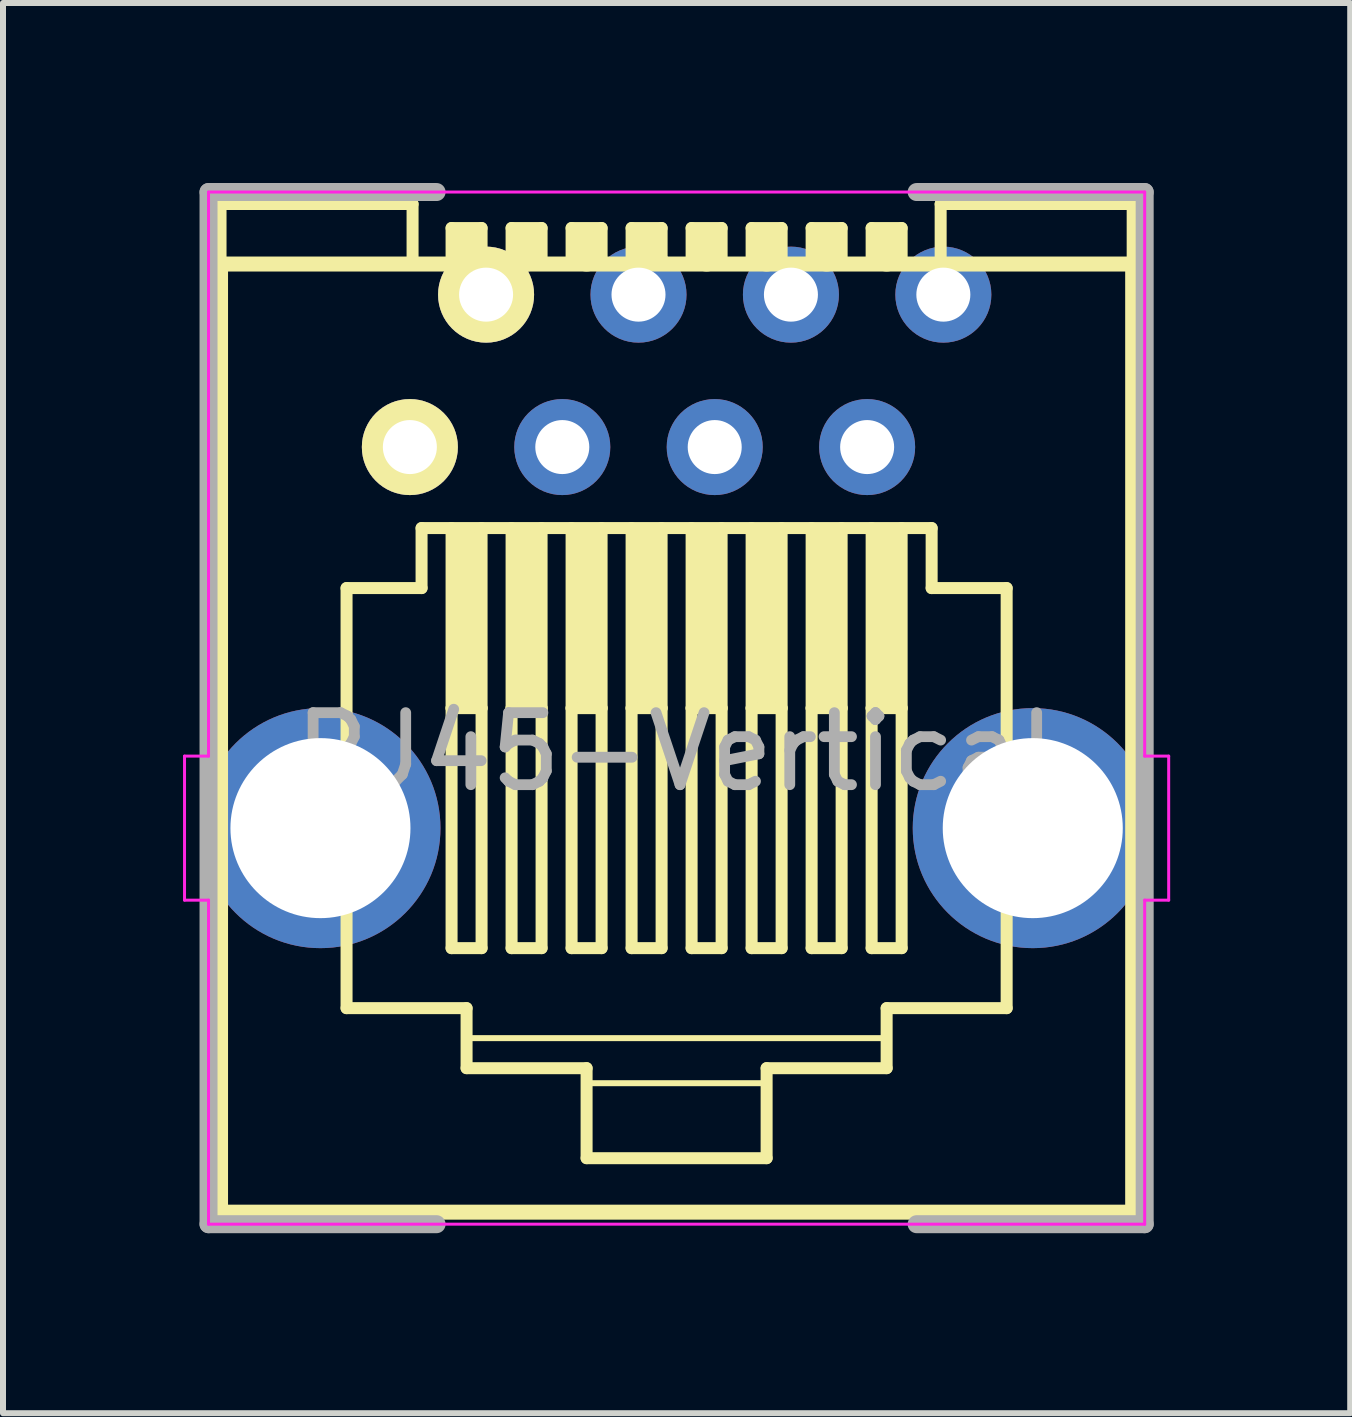
<source format=kicad_pcb>
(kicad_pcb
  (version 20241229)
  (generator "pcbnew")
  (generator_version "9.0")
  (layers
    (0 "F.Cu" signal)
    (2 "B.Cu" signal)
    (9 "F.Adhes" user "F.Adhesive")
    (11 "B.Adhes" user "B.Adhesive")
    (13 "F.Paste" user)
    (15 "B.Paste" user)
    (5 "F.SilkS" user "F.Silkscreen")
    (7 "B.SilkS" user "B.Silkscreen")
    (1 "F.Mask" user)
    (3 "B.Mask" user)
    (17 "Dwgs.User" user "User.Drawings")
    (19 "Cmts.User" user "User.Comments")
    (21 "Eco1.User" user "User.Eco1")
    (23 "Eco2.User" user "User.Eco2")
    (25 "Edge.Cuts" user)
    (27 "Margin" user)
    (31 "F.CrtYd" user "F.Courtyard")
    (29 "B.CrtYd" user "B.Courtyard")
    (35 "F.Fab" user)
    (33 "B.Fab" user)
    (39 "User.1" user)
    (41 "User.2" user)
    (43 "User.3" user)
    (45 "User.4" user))
  (footprint "RJ45-Vertical"
    (layer "F.Cu")
    (at 8.225 10.75)
    (property "Reference" "RJ45-Vertical" (at 0 -1.27 0) (layer "F.Fab") (effects (font (size 1.2 1.2) (thickness 0.18))))
    (attr through_hole)
    (fp_line (start -7.6 -9.4) (end -7.6 -10.4) (stroke (width 0.2) (type solid)) (layer "F.SilkS"))
    (fp_line (start -7.6 -9.4) (end 7.6 -9.4) (stroke (width 0.25) (type solid)) (layer "F.SilkS"))
    (fp_line (start -7.6 6.4) (end -7.6 -9.4) (stroke (width 0.25) (type solid)) (layer "F.SilkS"))
    (fp_line (start -7.6 6.4) (end 7.6 6.4) (stroke (width 0.25) (type solid)) (layer "F.SilkS"))
    (fp_line (start -5.5 -4) (end -4.25 -4) (stroke (width 0.2) (type solid)) (layer "F.SilkS"))
    (fp_line (start -5.5 3) (end -5.5 -4) (stroke (width 0.2) (type solid)) (layer "F.SilkS"))
    (fp_line (start -4.4 -10.4) (end -7.6 -10.4) (stroke (width 0.2) (type solid)) (layer "F.SilkS"))
    (fp_line (start -4.4 -9.4) (end -4.4 -10.4) (stroke (width 0.2) (type solid)) (layer "F.SilkS"))
    (fp_line (start -4.25 -5) (end 4.25 -5) (stroke (width 0.2) (type solid)) (layer "F.SilkS"))
    (fp_line (start -4.25 -4) (end -4.25 -5) (stroke (width 0.2) (type solid)) (layer "F.SilkS"))
    (fp_line (start -3.75 -10) (end -3.25 -10) (stroke (width 0.2) (type solid)) (layer "F.SilkS"))
    (fp_line (start -3.75 -9.5) (end -3.75 -10) (stroke (width 0.2) (type solid)) (layer "F.SilkS"))
    (fp_line (start -3.75 -9.4) (end -3.25 -9.4) (stroke (width 0.2) (type solid)) (layer "F.SilkS"))
    (fp_line (start -3.75 -5) (end -3.75 -2) (stroke (width 0.2) (type solid)) (layer "F.SilkS"))
    (fp_line (start -3.75 -2) (end -3.75 2) (stroke (width 0.2) (type solid)) (layer "F.SilkS"))
    (fp_line (start -3.75 -2) (end -3.25 -2) (stroke (width 0.2) (type solid)) (layer "F.SilkS"))
    (fp_line (start -3.75 2) (end -3.25 2) (stroke (width 0.2) (type solid)) (layer "F.SilkS"))
    (fp_line (start -3.5 -9.75) (end -3.5 -9.5) (stroke (width 0.45) (type solid)) (layer "F.SilkS"))
    (fp_line (start -3.5 -4.75) (end -3.5 -2.25) (stroke (width 0.45) (type solid)) (layer "F.SilkS"))
    (fp_line (start -3.5 3) (end -5.5 3) (stroke (width 0.2) (type solid)) (layer "F.SilkS"))
    (fp_line (start -3.5 3.5) (end 3.5 3.5) (stroke (width 0.1) (type solid)) (layer "F.SilkS"))
    (fp_line (start -3.5 4) (end -3.5 3) (stroke (width 0.2) (type solid)) (layer "F.SilkS"))
    (fp_line (start -3.25 -10) (end -3.25 -9.5) (stroke (width 0.2) (type solid)) (layer "F.SilkS"))
    (fp_line (start -3.25 -2) (end -3.25 -5) (stroke (width 0.2) (type solid)) (layer "F.SilkS"))
    (fp_line (start -3.25 2) (end -3.25 -2) (stroke (width 0.2) (type solid)) (layer "F.SilkS"))
    (fp_line (start -2.75 -10) (end -2.25 -10) (stroke (width 0.2) (type solid)) (layer "F.SilkS"))
    (fp_line (start -2.75 -9.5) (end -2.75 -10) (stroke (width 0.2) (type solid)) (layer "F.SilkS"))
    (fp_line (start -2.75 -9.4) (end -2.25 -9.4) (stroke (width 0.2) (type solid)) (layer "F.SilkS"))
    (fp_line (start -2.75 -5) (end -2.75 -2) (stroke (width 0.2) (type solid)) (layer "F.SilkS"))
    (fp_line (start -2.75 -2) (end -2.75 2) (stroke (width 0.2) (type solid)) (layer "F.SilkS"))
    (fp_line (start -2.75 -2) (end -2.25 -2) (stroke (width 0.2) (type solid)) (layer "F.SilkS"))
    (fp_line (start -2.75 2) (end -2.25 2) (stroke (width 0.2) (type solid)) (layer "F.SilkS"))
    (fp_line (start -2.5 -9.75) (end -2.5 -9.5) (stroke (width 0.45) (type solid)) (layer "F.SilkS"))
    (fp_line (start -2.5 -4.75) (end -2.5 -2.25) (stroke (width 0.45) (type solid)) (layer "F.SilkS"))
    (fp_line (start -2.25 -10) (end -2.25 -9.5) (stroke (width 0.2) (type solid)) (layer "F.SilkS"))
    (fp_line (start -2.25 -2) (end -2.25 -5) (stroke (width 0.2) (type solid)) (layer "F.SilkS"))
    (fp_line (start -2.25 2) (end -2.25 -2) (stroke (width 0.2) (type solid)) (layer "F.SilkS"))
    (fp_line (start -1.75 -10) (end -1.25 -10) (stroke (width 0.2) (type solid)) (layer "F.SilkS"))
    (fp_line (start -1.75 -9.5) (end -1.75 -10) (stroke (width 0.2) (type solid)) (layer "F.SilkS"))
    (fp_line (start -1.75 -9.4) (end -1.25 -9.4) (stroke (width 0.2) (type solid)) (layer "F.SilkS"))
    (fp_line (start -1.75 -5) (end -1.75 -2) (stroke (width 0.2) (type solid)) (layer "F.SilkS"))
    (fp_line (start -1.75 -2) (end -1.75 2) (stroke (width 0.2) (type solid)) (layer "F.SilkS"))
    (fp_line (start -1.75 -2) (end -1.25 -2) (stroke (width 0.2) (type solid)) (layer "F.SilkS"))
    (fp_line (start -1.75 2) (end -1.25 2) (stroke (width 0.2) (type solid)) (layer "F.SilkS"))
    (fp_line (start -1.5 -9.75) (end -1.5 -9.5) (stroke (width 0.45) (type solid)) (layer "F.SilkS"))
    (fp_line (start -1.5 -4.75) (end -1.5 -2.25) (stroke (width 0.45) (type solid)) (layer "F.SilkS"))
    (fp_line (start -1.5 4) (end -3.5 4) (stroke (width 0.2) (type solid)) (layer "F.SilkS"))
    (fp_line (start -1.5 4.25) (end 1.5 4.25) (stroke (width 0.1) (type solid)) (layer "F.SilkS"))
    (fp_line (start -1.5 5.5) (end -1.5 4) (stroke (width 0.2) (type solid)) (layer "F.SilkS"))
    (fp_line (start -1.25 -10) (end -1.25 -9.5) (stroke (width 0.2) (type solid)) (layer "F.SilkS"))
    (fp_line (start -1.25 -2) (end -1.25 -5) (stroke (width 0.2) (type solid)) (layer "F.SilkS"))
    (fp_line (start -1.25 2) (end -1.25 -2) (stroke (width 0.2) (type solid)) (layer "F.SilkS"))
    (fp_line (start -0.75 -10) (end -0.25 -10) (stroke (width 0.2) (type solid)) (layer "F.SilkS"))
    (fp_line (start -0.75 -9.5) (end -0.75 -10) (stroke (width 0.2) (type solid)) (layer "F.SilkS"))
    (fp_line (start -0.75 -9.4) (end -0.25 -9.4) (stroke (width 0.2) (type solid)) (layer "F.SilkS"))
    (fp_line (start -0.75 -5) (end -0.75 -2) (stroke (width 0.2) (type solid)) (layer "F.SilkS"))
    (fp_line (start -0.75 -2) (end -0.75 2) (stroke (width 0.2) (type solid)) (layer "F.SilkS"))
    (fp_line (start -0.75 -2) (end -0.25 -2) (stroke (width 0.2) (type solid)) (layer "F.SilkS"))
    (fp_line (start -0.75 2) (end -0.25 2) (stroke (width 0.2) (type solid)) (layer "F.SilkS"))
    (fp_line (start -0.5 -9.75) (end -0.5 -9.5) (stroke (width 0.45) (type solid)) (layer "F.SilkS"))
    (fp_line (start -0.5 -4.75) (end -0.5 -2.25) (stroke (width 0.45) (type solid)) (layer "F.SilkS"))
    (fp_line (start -0.25 -10) (end -0.25 -9.5) (stroke (width 0.2) (type solid)) (layer "F.SilkS"))
    (fp_line (start -0.25 -2) (end -0.25 -5) (stroke (width 0.2) (type solid)) (layer "F.SilkS"))
    (fp_line (start -0.25 2) (end -0.25 -2) (stroke (width 0.2) (type solid)) (layer "F.SilkS"))
    (fp_line (start 0.25 -10) (end 0.75 -10) (stroke (width 0.2) (type solid)) (layer "F.SilkS"))
    (fp_line (start 0.25 -9.5) (end 0.25 -10) (stroke (width 0.2) (type solid)) (layer "F.SilkS"))
    (fp_line (start 0.25 -9.4) (end 0.75 -9.4) (stroke (width 0.2) (type solid)) (layer "F.SilkS"))
    (fp_line (start 0.25 -5) (end 0.25 -2) (stroke (width 0.2) (type solid)) (layer "F.SilkS"))
    (fp_line (start 0.25 -2) (end 0.25 2) (stroke (width 0.2) (type solid)) (layer "F.SilkS"))
    (fp_line (start 0.25 -2) (end 0.75 -2) (stroke (width 0.2) (type solid)) (layer "F.SilkS"))
    (fp_line (start 0.25 2) (end 0.75 2) (stroke (width 0.2) (type solid)) (layer "F.SilkS"))
    (fp_line (start 0.5 -9.75) (end 0.5 -9.5) (stroke (width 0.45) (type solid)) (layer "F.SilkS"))
    (fp_line (start 0.5 -4.75) (end 0.5 -2.25) (stroke (width 0.45) (type solid)) (layer "F.SilkS"))
    (fp_line (start 0.75 -10) (end 0.75 -9.5) (stroke (width 0.2) (type solid)) (layer "F.SilkS"))
    (fp_line (start 0.75 -2) (end 0.75 -5) (stroke (width 0.2) (type solid)) (layer "F.SilkS"))
    (fp_line (start 0.75 2) (end 0.75 -2) (stroke (width 0.2) (type solid)) (layer "F.SilkS"))
    (fp_line (start 1.25 -10) (end 1.75 -10) (stroke (width 0.2) (type solid)) (layer "F.SilkS"))
    (fp_line (start 1.25 -9.5) (end 1.25 -10) (stroke (width 0.2) (type solid)) (layer "F.SilkS"))
    (fp_line (start 1.25 -9.4) (end 1.75 -9.4) (stroke (width 0.2) (type solid)) (layer "F.SilkS"))
    (fp_line (start 1.25 -5) (end 1.25 -2) (stroke (width 0.2) (type solid)) (layer "F.SilkS"))
    (fp_line (start 1.25 -2) (end 1.25 2) (stroke (width 0.2) (type solid)) (layer "F.SilkS"))
    (fp_line (start 1.25 -2) (end 1.75 -2) (stroke (width 0.2) (type solid)) (layer "F.SilkS"))
    (fp_line (start 1.25 2) (end 1.75 2) (stroke (width 0.2) (type solid)) (layer "F.SilkS"))
    (fp_line (start 1.5 -9.75) (end 1.5 -9.5) (stroke (width 0.45) (type solid)) (layer "F.SilkS"))
    (fp_line (start 1.5 -4.75) (end 1.5 -2.25) (stroke (width 0.45) (type solid)) (layer "F.SilkS"))
    (fp_line (start 1.5 4) (end 1.5 5.5) (stroke (width 0.2) (type solid)) (layer "F.SilkS"))
    (fp_line (start 1.5 4) (end 3.5 4) (stroke (width 0.2) (type solid)) (layer "F.SilkS"))
    (fp_line (start 1.5 5.5) (end -1.5 5.5) (stroke (width 0.2) (type solid)) (layer "F.SilkS"))
    (fp_line (start 1.75 -10) (end 1.75 -9.5) (stroke (width 0.2) (type solid)) (layer "F.SilkS"))
    (fp_line (start 1.75 -2) (end 1.75 -5) (stroke (width 0.2) (type solid)) (layer "F.SilkS"))
    (fp_line (start 1.75 2) (end 1.75 -2) (stroke (width 0.2) (type solid)) (layer "F.SilkS"))
    (fp_line (start 2.25 -10) (end 2.75 -10) (stroke (width 0.2) (type solid)) (layer "F.SilkS"))
    (fp_line (start 2.25 -9.5) (end 2.25 -10) (stroke (width 0.2) (type solid)) (layer "F.SilkS"))
    (fp_line (start 2.25 -9.4) (end 2.75 -9.4) (stroke (width 0.2) (type solid)) (layer "F.SilkS"))
    (fp_line (start 2.25 -5) (end 2.25 -2) (stroke (width 0.2) (type solid)) (layer "F.SilkS"))
    (fp_line (start 2.25 -2) (end 2.25 2) (stroke (width 0.2) (type solid)) (layer "F.SilkS"))
    (fp_line (start 2.25 -2) (end 2.75 -2) (stroke (width 0.2) (type solid)) (layer "F.SilkS"))
    (fp_line (start 2.25 2) (end 2.75 2) (stroke (width 0.2) (type solid)) (layer "F.SilkS"))
    (fp_line (start 2.5 -9.75) (end 2.5 -9.5) (stroke (width 0.45) (type solid)) (layer "F.SilkS"))
    (fp_line (start 2.5 -4.75) (end 2.5 -2.25) (stroke (width 0.45) (type solid)) (layer "F.SilkS"))
    (fp_line (start 2.75 -10) (end 2.75 -9.5) (stroke (width 0.2) (type solid)) (layer "F.SilkS"))
    (fp_line (start 2.75 -2) (end 2.75 -5) (stroke (width 0.2) (type solid)) (layer "F.SilkS"))
    (fp_line (start 2.75 2) (end 2.75 -2) (stroke (width 0.2) (type solid)) (layer "F.SilkS"))
    (fp_line (start 3.25 -10) (end 3.75 -10) (stroke (width 0.2) (type solid)) (layer "F.SilkS"))
    (fp_line (start 3.25 -9.5) (end 3.25 -10) (stroke (width 0.2) (type solid)) (layer "F.SilkS"))
    (fp_line (start 3.25 -9.4) (end 3.75 -9.4) (stroke (width 0.2) (type solid)) (layer "F.SilkS"))
    (fp_line (start 3.25 -5) (end 3.25 -2) (stroke (width 0.2) (type solid)) (layer "F.SilkS"))
    (fp_line (start 3.25 -2) (end 3.25 2) (stroke (width 0.2) (type solid)) (layer "F.SilkS"))
    (fp_line (start 3.25 -2) (end 3.75 -2) (stroke (width 0.2) (type solid)) (layer "F.SilkS"))
    (fp_line (start 3.25 2) (end 3.75 2) (stroke (width 0.2) (type solid)) (layer "F.SilkS"))
    (fp_line (start 3.5 -9.75) (end 3.5 -9.5) (stroke (width 0.45) (type solid)) (layer "F.SilkS"))
    (fp_line (start 3.5 -4.75) (end 3.5 -2.25) (stroke (width 0.45) (type solid)) (layer "F.SilkS"))
    (fp_line (start 3.5 3) (end 5.5 3) (stroke (width 0.2) (type solid)) (layer "F.SilkS"))
    (fp_line (start 3.5 4) (end 3.5 3) (stroke (width 0.2) (type solid)) (layer "F.SilkS"))
    (fp_line (start 3.75 -10) (end 3.75 -9.5) (stroke (width 0.2) (type solid)) (layer "F.SilkS"))
    (fp_line (start 3.75 -2) (end 3.75 -5) (stroke (width 0.2) (type solid)) (layer "F.SilkS"))
    (fp_line (start 3.75 2) (end 3.75 -2) (stroke (width 0.2) (type solid)) (layer "F.SilkS"))
    (fp_line (start 4.25 -5) (end 4.25 -4) (stroke (width 0.2) (type solid)) (layer "F.SilkS"))
    (fp_line (start 4.25 -4) (end 5.5 -4) (stroke (width 0.2) (type solid)) (layer "F.SilkS"))
    (fp_line (start 4.4 -10.4) (end 4.4 -9.4) (stroke (width 0.2) (type solid)) (layer "F.SilkS"))
    (fp_line (start 5.5 -4) (end 5.5 3) (stroke (width 0.2) (type solid)) (layer "F.SilkS"))
    (fp_line (start 7.6 -10.4) (end 4.4 -10.4) (stroke (width 0.2) (type solid)) (layer "F.SilkS"))
    (fp_line (start 7.6 -9.4) (end 7.6 -10.4) (stroke (width 0.2) (type solid)) (layer "F.SilkS"))
    (fp_line (start 7.6 -9.4) (end 7.6 6.4) (stroke (width 0.25) (type solid)) (layer "F.SilkS"))
    (fp_line (start -8.2 -1.2) (end -7.8 -1.2) (stroke (width 0.05) (type solid)) (layer "F.CrtYd"))
    (fp_line (start -8.2 1.2) (end -8.2 -1.2) (stroke (width 0.05) (type solid)) (layer "F.CrtYd"))
    (fp_line (start -7.8 -10.6) (end 7.8 -10.6) (stroke (width 0.05) (type solid)) (layer "F.CrtYd"))
    (fp_line (start -7.8 -1.2) (end -7.8 -10.6) (stroke (width 0.05) (type solid)) (layer "F.CrtYd"))
    (fp_line (start -7.8 1.2) (end -8.2 1.2) (stroke (width 0.05) (type solid)) (layer "F.CrtYd"))
    (fp_line (start -7.8 6.6) (end -7.8 1.2) (stroke (width 0.05) (type solid)) (layer "F.CrtYd"))
    (fp_line (start 7.8 -10.6) (end 7.8 -1.2) (stroke (width 0.05) (type solid)) (layer "F.CrtYd"))
    (fp_line (start 7.8 -1.2) (end 8.2 -1.2) (stroke (width 0.05) (type solid)) (layer "F.CrtYd"))
    (fp_line (start 7.8 1.2) (end 7.8 6.6) (stroke (width 0.05) (type solid)) (layer "F.CrtYd"))
    (fp_line (start 7.8 6.6) (end -7.8 6.6) (stroke (width 0.05) (type solid)) (layer "F.CrtYd"))
    (fp_line (start 8.2 -1.2) (end 8.2 1.2) (stroke (width 0.05) (type solid)) (layer "F.CrtYd"))
    (fp_line (start 8.2 1.2) (end 7.8 1.2) (stroke (width 0.05) (type solid)) (layer "F.CrtYd"))
    (fp_line (start -7.8 -10.6) (end -4 -10.6) (stroke (width 0.3) (type solid)) (layer "F.Fab"))
    (fp_line (start -7.8 6.6) (end -7.8 -10.6) (stroke (width 0.3) (type solid)) (layer "F.Fab"))
    (fp_line (start -4 6.6) (end -7.8 6.6) (stroke (width 0.3) (type solid)) (layer "F.Fab"))
    (fp_line (start 4 -10.6) (end 7.8 -10.6) (stroke (width 0.3) (type solid)) (layer "F.Fab"))
    (fp_line (start 7.8 -10.6) (end 7.8 6.6) (stroke (width 0.3) (type solid)) (layer "F.Fab"))
    (fp_line (start 7.8 6.6) (end 4 6.6) (stroke (width 0.3) (type solid)) (layer "F.Fab"))
    (pad "1" thru_hole circle (at -4.445 -6.35) (size 1.6 1.6) (drill 0.9) (layers "*.Cu" "*.Mask" "F.SilkS"))
    (pad "2" thru_hole circle (at -3.175 -8.89) (size 1.6 1.6) (drill 0.9) (layers "*.Cu" "*.Mask" "F.SilkS"))
    (pad "3" thru_hole circle (at -1.905 -6.35) (size 1.6 1.6) (drill 0.9) (layers "*.Cu" "*.Mask"))
    (pad "4" thru_hole circle (at -0.635 -8.89) (size 1.6 1.6) (drill 0.9) (layers "*.Cu" "*.Mask"))
    (pad "5" thru_hole circle (at 0.635 -6.35) (size 1.6 1.6) (drill 0.9) (layers "*.Cu" "*.Mask"))
    (pad "6" thru_hole circle (at 1.905 -8.89) (size 1.6 1.6) (drill 0.9) (layers "*.Cu" "*.Mask"))
    (pad "7" thru_hole circle (at 3.175 -6.35) (size 1.6 1.6) (drill 0.9) (layers "*.Cu" "*.Mask"))
    (pad "8" thru_hole circle (at 4.445 -8.89) (size 1.6 1.6) (drill 0.9) (layers "*.Cu" "*.Mask"))
    (pad "M" thru_hole circle (at -5.935 0) (size 4 4) (drill 3) (layers "*.Cu" "*.Mask"))
    (pad "M" thru_hole circle (at 5.935 0) (size 4 4) (drill 3) (layers "*.Cu" "*.Mask")))
  (gr_rect
    (start -3 -3)
    (end 19.45 20.5)
    (stroke (width 0.1) (type default))
    (fill no)
    (layer "Edge.Cuts")))
</source>
